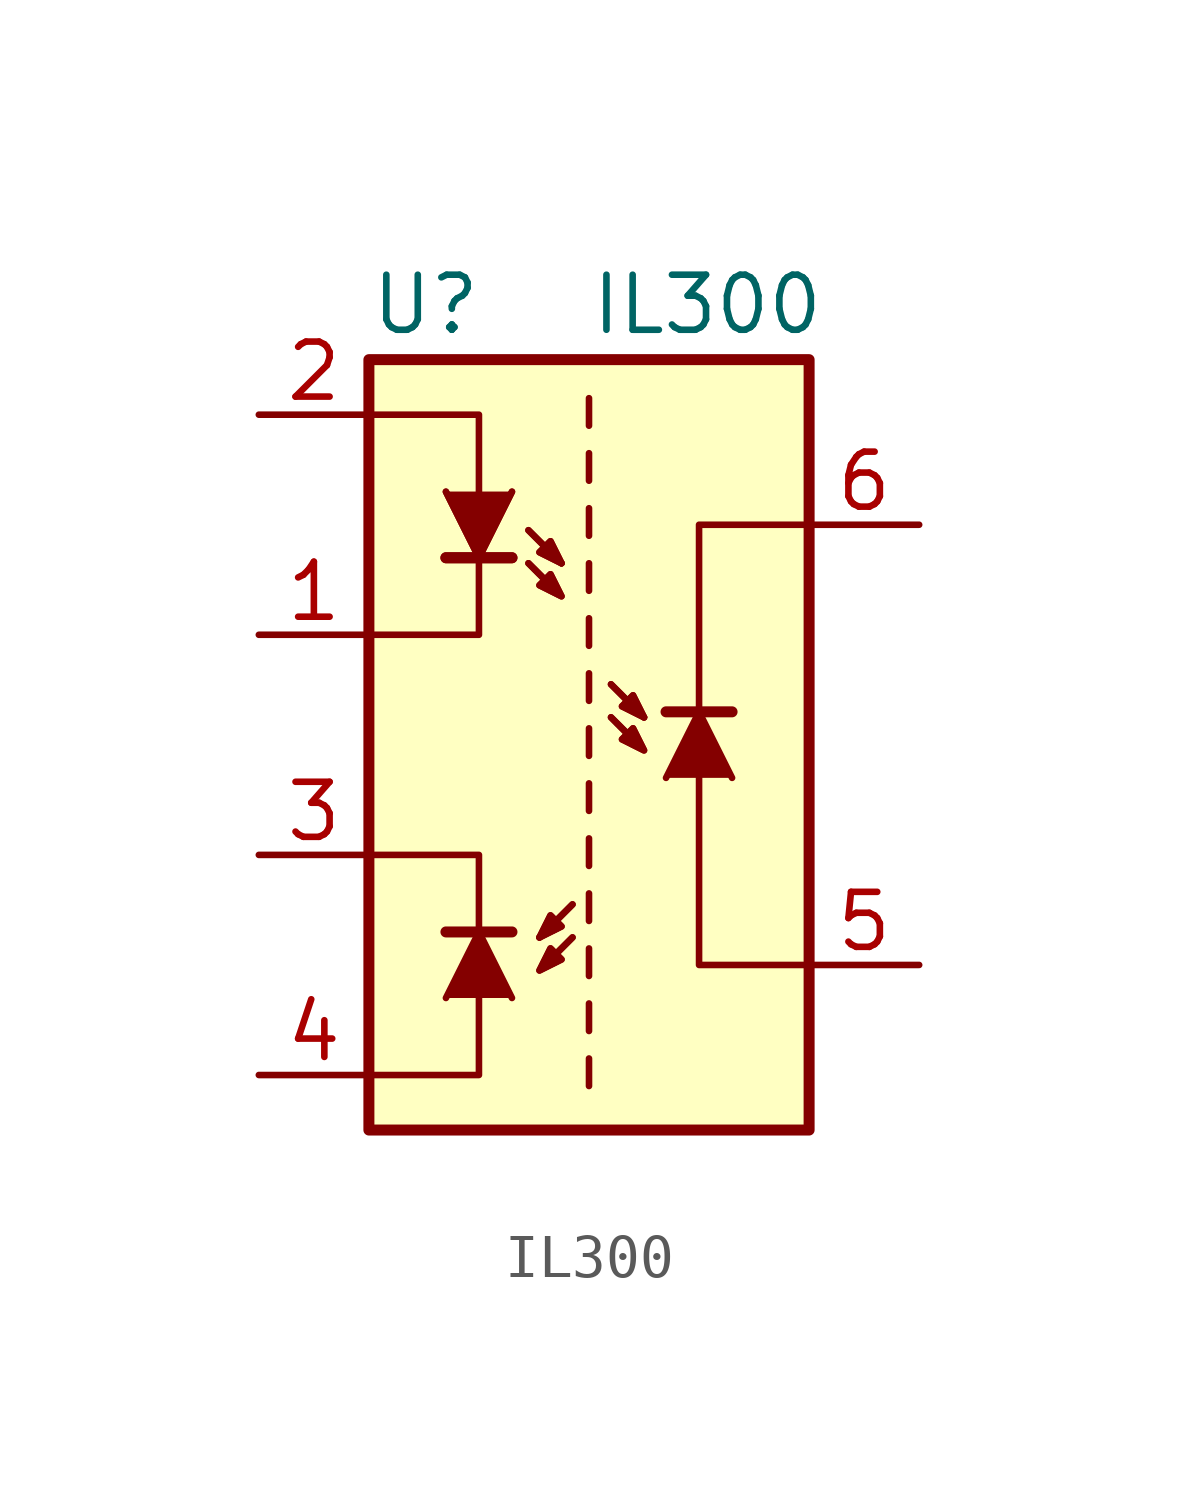
<source format=kicad_sym>
(kicad_symbol_lib
  (version 20201005)
  (generator kicad_symbol_editor)
  (symbol "IL300"
    (pin_names
      (offset 1.016))
    (property "Reference" "U"
      (at -5.08 10.16 0)
      (effects (font (size 1.27 1.27)) (justify left)))
    (property "Value" "IL300"
      (at 0 10.16 0)
      (effects (font (size 1.27 1.27)) (justify left)))
    (symbol "IL300_0_1"
      (rectangle (start -5.08 8.89) (end 5.08 -8.89) (stroke (width 0.254)) (fill (type background)))
      (polyline (pts (xy -3.302 -4.318) (xy -1.778 -4.318)) (stroke (width 0.254)) (fill (type none)))
      (polyline (pts (xy -1.778 4.318) (xy -3.302 4.318)) (stroke (width 0.254)) (fill (type none)))
      (polyline (pts (xy -1.778 4.318) (xy -3.302 4.318)) (stroke (width 0.254)) (fill (type none)))
      (polyline (pts (xy 0 -7.239) (xy 0 -7.874)) (stroke (width 0)) (fill (type none)))
      (polyline (pts (xy 0 -5.969) (xy 0 -6.604)) (stroke (width 0)) (fill (type none)))
      (polyline (pts (xy 0 -4.699) (xy 0 -5.334)) (stroke (width 0)) (fill (type none)))
      (polyline (pts (xy 0 -3.429) (xy 0 -4.064)) (stroke (width 0)) (fill (type none)))
      (polyline (pts (xy 0 -2.159) (xy 0 -2.794)) (stroke (width 0)) (fill (type none)))
      (polyline (pts (xy 0 -0.889) (xy 0 -1.524)) (stroke (width 0)) (fill (type none)))
      (polyline (pts (xy 0 0.381) (xy 0 -0.254)) (stroke (width 0)) (fill (type none)))
      (polyline (pts (xy 0 1.651) (xy 0 1.016)) (stroke (width 0)) (fill (type none)))
      (polyline (pts (xy 0 2.921) (xy 0 2.286)) (stroke (width 0)) (fill (type none)))
      (polyline (pts (xy 0 4.191) (xy 0 3.556)) (stroke (width 0)) (fill (type none)))
      (polyline (pts (xy 0 5.461) (xy 0 4.826)) (stroke (width 0)) (fill (type none)))
      (polyline (pts (xy 0 6.731) (xy 0 6.096)) (stroke (width 0)) (fill (type none)))
      (polyline (pts (xy 0 8.001) (xy 0 7.366)) (stroke (width 0)) (fill (type none)))
      (polyline (pts (xy 1.778 0.762) (xy 3.302 0.762)) (stroke (width 0.254)) (fill (type none)))
      (polyline (pts (xy -1.397 4.953) (xy -0.635 4.191) (xy -0.635 4.191)) (stroke (width 0)) (fill (type none)))
      (polyline (pts (xy -1.397 4.953) (xy -0.635 4.191) (xy -0.635 4.191)) (stroke (width 0)) (fill (type none)))
      (polyline (pts (xy -0.381 -3.683) (xy -1.143 -4.445) (xy -1.143 -4.445)) (stroke (width 0)) (fill (type none)))
      (polyline (pts (xy -0.381 -3.683) (xy -1.143 -4.445) (xy -1.143 -4.445)) (stroke (width 0)) (fill (type none)))
      (polyline (pts (xy 0.508 1.397) (xy 1.27 0.635) (xy 1.27 0.635)) (stroke (width 0)) (fill (type none)))
      (polyline (pts (xy 0.508 1.397) (xy 1.27 0.635) (xy 1.27 0.635)) (stroke (width 0)) (fill (type none)))
      (polyline (pts (xy -5.08 -2.54) (xy -2.54 -2.54) (xy -2.54 -7.62) (xy -5.08 -7.62)) (stroke (width 0)) (fill (type none)))
      (polyline (pts (xy -5.08 7.62) (xy -2.54 7.62) (xy -2.54 2.54) (xy -5.08 2.54)) (stroke (width 0)) (fill (type none)))
      (polyline (pts (xy 5.08 5.08) (xy 2.54 5.08) (xy 2.54 -5.08) (xy 5.08 -5.08)) (stroke (width 0)) (fill (type none)))
      (polyline (pts (xy -1.143 -4.445) (xy -0.889 -3.937) (xy -0.635 -4.191) (xy -1.143 -4.445) (xy -1.143 -4.445)) (stroke (width 0)) (fill (type none)))
      (polyline (pts (xy -1.143 -4.445) (xy -0.889 -3.937) (xy -0.635 -4.191) (xy -1.143 -4.445) (xy -1.143 -4.445)) (stroke (width 0)) (fill (type none)))
      (polyline (pts (xy -0.635 4.191) (xy -0.889 4.699) (xy -1.143 4.445) (xy -0.635 4.191) (xy -0.635 4.191)) (stroke (width 0)) (fill (type none)))
      (polyline (pts (xy -0.635 4.191) (xy -0.889 4.699) (xy -1.143 4.445) (xy -0.635 4.191) (xy -0.635 4.191)) (stroke (width 0)) (fill (type none)))
      (polyline (pts (xy 1.27 0.635) (xy 1.016 1.143) (xy 0.762 0.889) (xy 1.27 0.635) (xy 1.27 0.635)) (stroke (width 0)) (fill (type none)))
      (polyline (pts (xy 1.27 0.635) (xy 1.016 1.143) (xy 0.762 0.889) (xy 1.27 0.635) (xy 1.27 0.635)) (stroke (width 0)) (fill (type none)))
      (polyline (pts (xy -1.397 4.191) (xy -0.635 3.429) (xy -0.889 3.937) (xy -1.143 3.683) (xy -0.635 3.429) (xy -0.635 3.429)) (stroke (width 0)) (fill (type none)))
      (polyline (pts (xy -1.397 4.191) (xy -0.635 3.429) (xy -0.889 3.937) (xy -1.143 3.683) (xy -0.635 3.429) (xy -0.635 3.429)) (stroke (width 0)) (fill (type none)))
      (polyline (pts (xy -0.381 -4.445) (xy -1.143 -5.207) (xy -0.889 -4.699) (xy -0.635 -4.953) (xy -1.143 -5.207) (xy -1.143 -5.207)) (stroke (width 0)) (fill (type none)))
      (polyline (pts (xy -0.381 -4.445) (xy -1.143 -5.207) (xy -0.889 -4.699) (xy -0.635 -4.953) (xy -1.143 -5.207) (xy -1.143 -5.207)) (stroke (width 0)) (fill (type none)))
      (polyline (pts (xy 0.508 0.635) (xy 1.27 -0.127) (xy 1.016 0.381) (xy 0.762 0.127) (xy 1.27 -0.127) (xy 1.27 -0.127)) (stroke (width 0)) (fill (type none)))
      (polyline (pts (xy 0.508 0.635) (xy 1.27 -0.127) (xy 1.016 0.381) (xy 0.762 0.127) (xy 1.27 -0.127) (xy 1.27 -0.127)) (stroke (width 0)) (fill (type none)))
      (polyline (pts (xy -3.302 -5.842) (xy -2.54 -4.318) (xy -1.778 -5.842)) (stroke (width 0)) (fill (type outline)))
      (polyline (pts (xy -1.778 5.842) (xy -2.54 4.318) (xy -3.302 5.842)) (stroke (width 0)) (fill (type outline)))
      (polyline (pts (xy -1.778 5.842) (xy -2.54 4.318) (xy -3.302 5.842)) (stroke (width 0)) (fill (type outline)))
      (polyline (pts (xy 1.778 -0.762) (xy 2.54 0.762) (xy 3.302 -0.762)) (stroke (width 0)) (fill (type outline))))
    (symbol "IL300_1_1"
      (pin passive line (at -7.62 2.54 0) (length 2.54) (name "~" (effects (font (size 1.27 1.27)))) (number "1" (effects (font (size 1.27 1.27)))))
      (pin passive line (at -7.62 7.62 0) (length 2.54) (name "~" (effects (font (size 1.27 1.27)))) (number "2" (effects (font (size 1.27 1.27)))))
      (pin passive line (at -7.62 -2.54 0) (length 2.54) (name "~" (effects (font (size 1.27 1.27)))) (number "3" (effects (font (size 1.27 1.27)))))
      (pin passive line (at -7.62 -7.62 0) (length 2.54) (name "~" (effects (font (size 1.27 1.27)))) (number "4" (effects (font (size 1.27 1.27)))))
      (pin passive line (at 7.62 -5.08 180) (length 2.54) (name "~" (effects (font (size 1.27 1.27)))) (number "5" (effects (font (size 1.27 1.27)))))
      (pin passive line (at 7.62 5.08 180) (length 2.54) (name "~" (effects (font (size 1.27 1.27)))) (number "6" (effects (font (size 1.27 1.27)))))
      (pin no_connect line (at 7.62 2.54 180) (length 2.54) hide (name "NC" (effects (font (size 1.27 1.27)))) (number "7" (effects (font (size 1.27 1.27)))))
      (pin no_connect line (at 7.62 0 180) (length 2.54) hide (name "NC" (effects (font (size 1.27 1.27)))) (number "8" (effects (font (size 1.27 1.27))))))))
</source>
